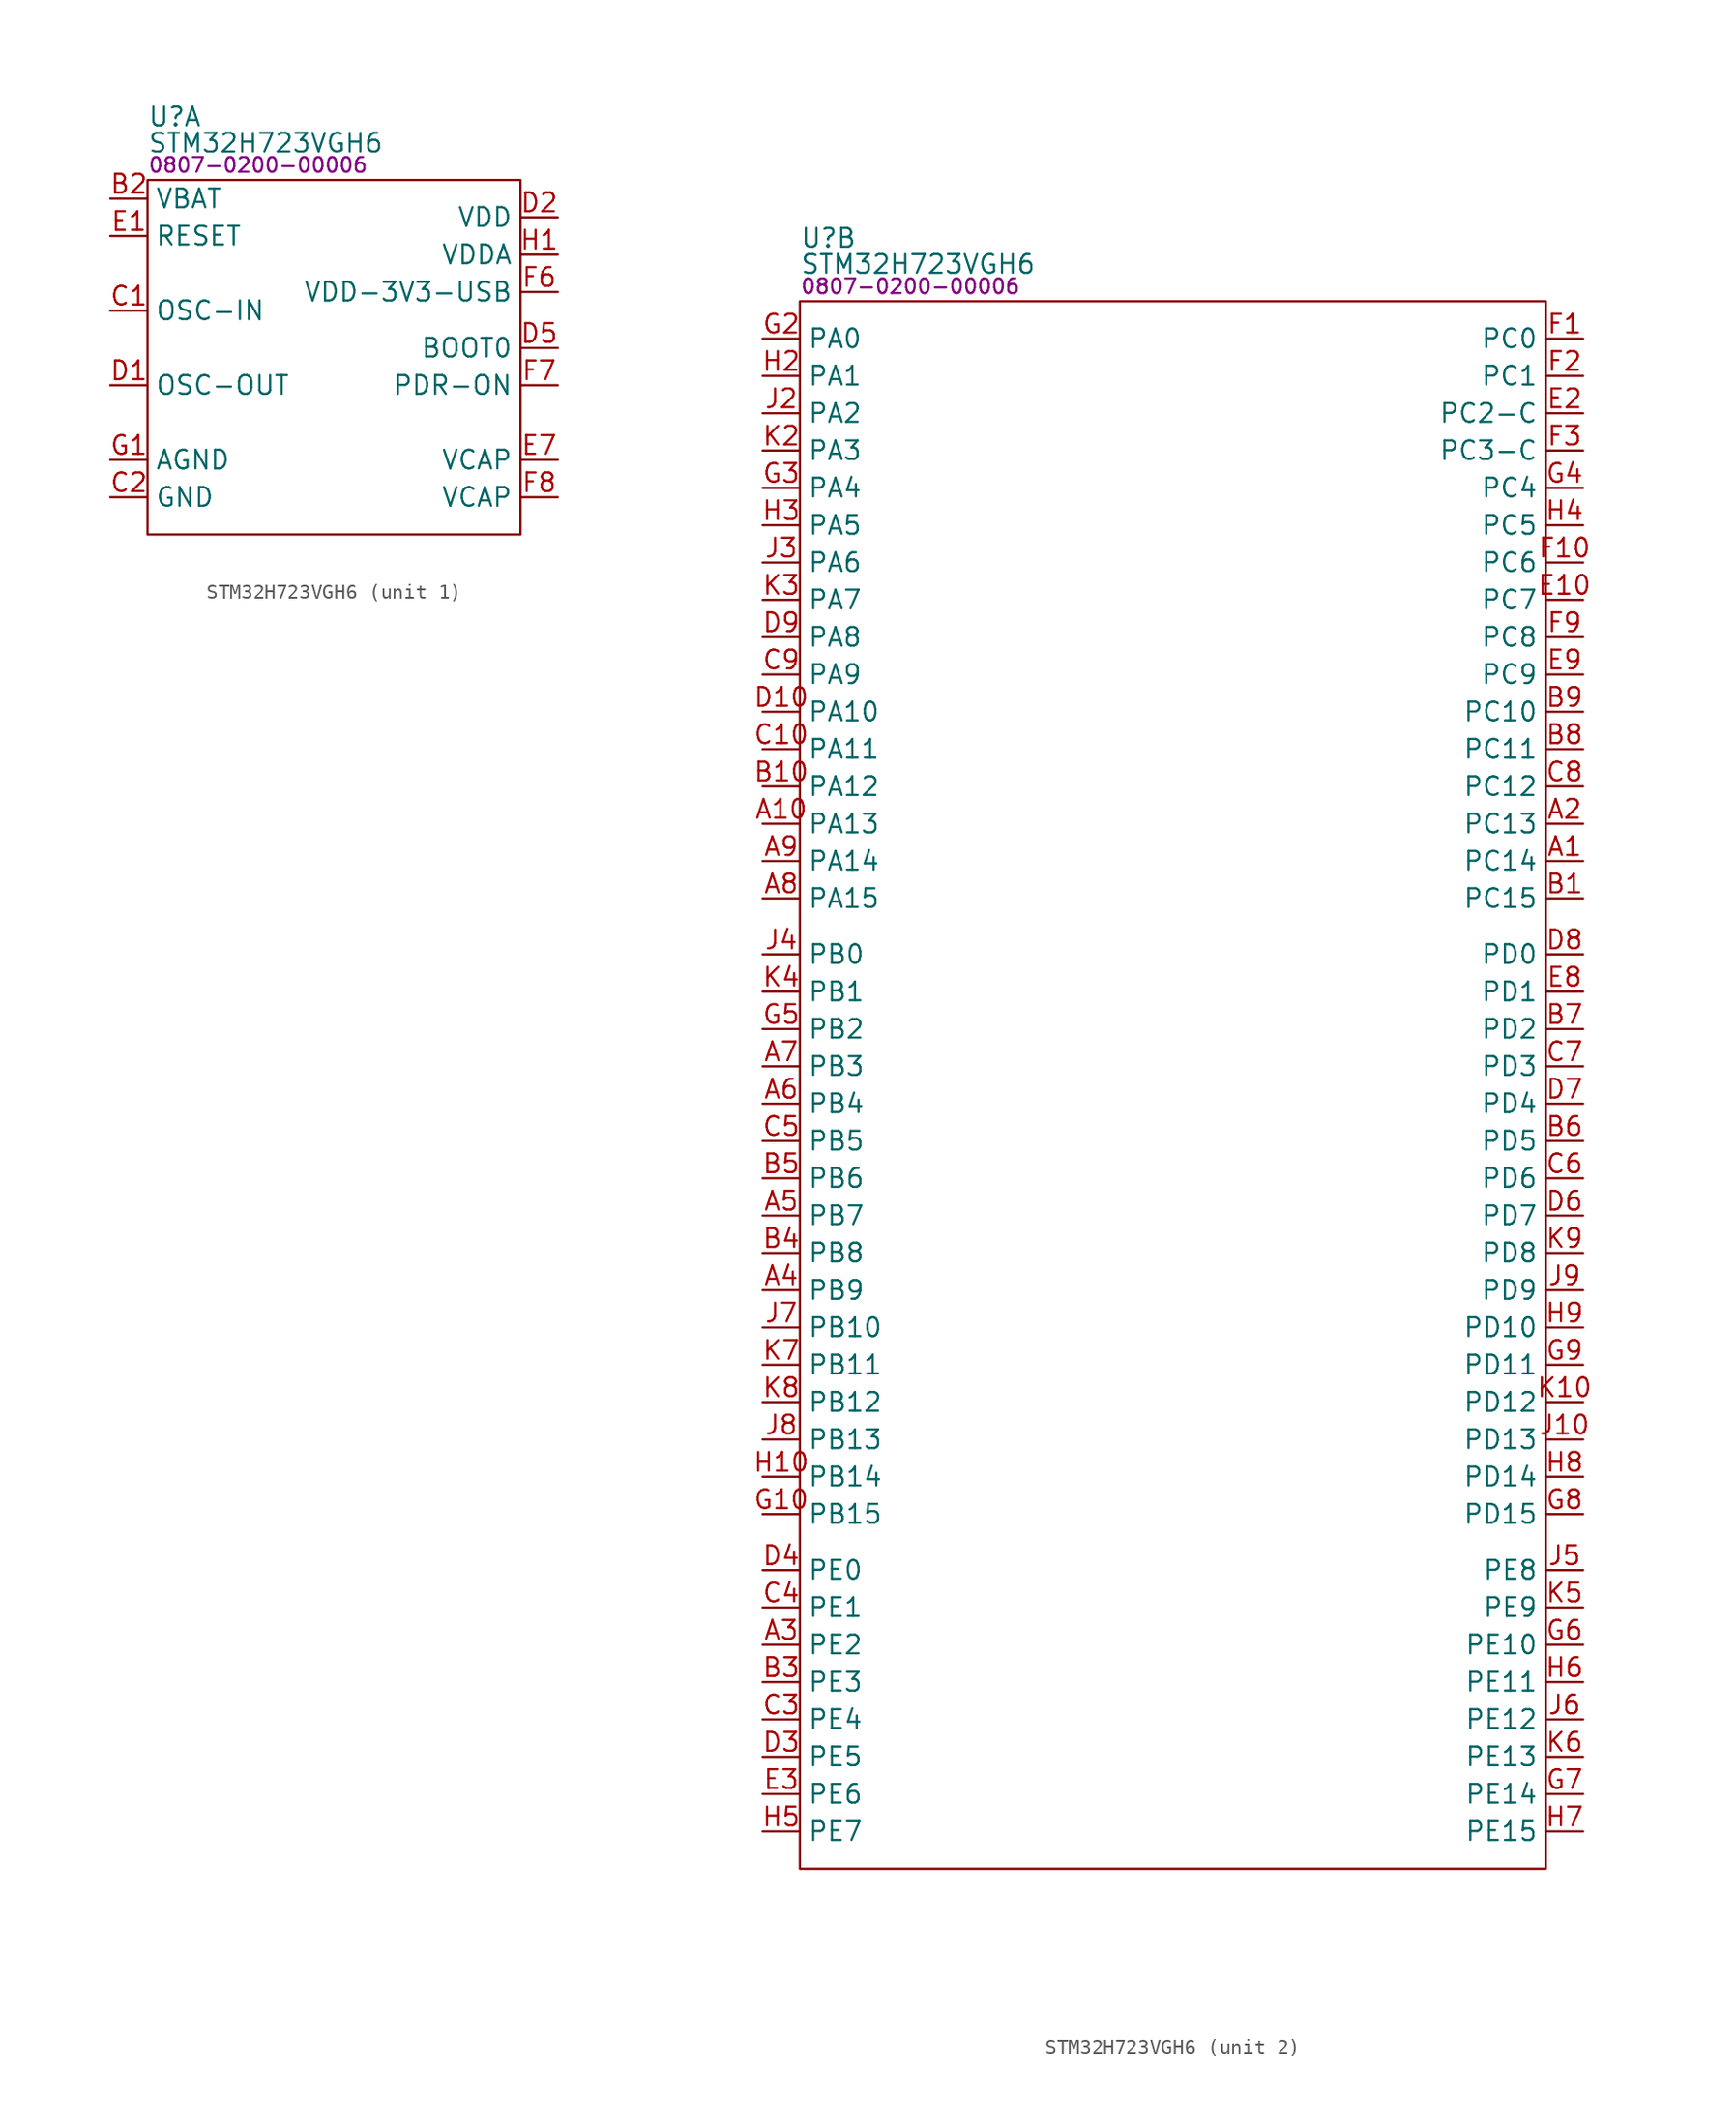
<source format=kicad_sym>
(kicad_symbol_lib
  (version 20231120)
  (generator "kicad_symbol_editor")
  (generator_version "8.0")
  (symbol "STM32H723VGH6"
    (property "Reference" "U"
      (at 0 3.556 0)
      (effects (font (size 1.27 1.27)) (justify left bottom)))
    (property "Value" "STM32H723VGH6"
      (at 0 1.778 0)
      (effects (font (size 1.27 1.27)) (justify left bottom)))
    (property "PartNumber" "0807-0200-00006"
      (at 0 1.016 0)
      (effects (font (size 1 1)) (justify left)))
    (property "ki_locked" ""
      (at 0 0 0)
      (effects (font (size 1.27 1.27))))
    (symbol "STM32H723VGH6_1_0"
      (pin power_in line (at -2.54 -1.27 0) (length 2.54) (name "VBAT" (effects (font (size 1.27 1.27)))) (number "B2" (effects (font (size 1.27 1.27)))))
      (pin input line (at -2.54 -8.89 0) (length 2.54) (name "OSC-IN" (effects (font (size 1.27 1.27)))) (number "C1" (effects (font (size 1.27 1.27)))))
      (pin power_in line (at -2.54 -21.59 0) (length 2.54) (name "GND" (effects (font (size 1.27 1.27)))) (number "C2" (effects (font (size 1.27 1.27)))))
      (pin output line (at -2.54 -13.97 0) (length 2.54) (name "OSC-OUT" (effects (font (size 1.27 1.27)))) (number "D1" (effects (font (size 1.27 1.27)))))
      (pin power_in line (at 27.94 -2.54 180) (length 2.54) (name "VDD" (effects (font (size 1.27 1.27)))) (number "D2" (effects (font (size 1.27 1.27)))))
      (pin input line (at 27.94 -11.43 180) (length 2.54) (name "BOOT0" (effects (font (size 1.27 1.27)))) (number "D5" (effects (font (size 1.27 1.27)))))
      (pin input line (at -2.54 -3.81 0) (length 2.54) (name "RESET" (effects (font (size 1.27 1.27)))) (number "E1" (effects (font (size 1.27 1.27)))))
      (pin power_in line (at -2.54 -21.59 0) (length 2.54) hide (name "GND" (effects (font (size 1.27 1.27)))) (number "E4" (effects (font (size 1.27 1.27)))))
      (pin power_in line (at -2.54 -21.59 0) (length 2.54) hide (name "GND" (effects (font (size 1.27 1.27)))) (number "E5" (effects (font (size 1.27 1.27)))))
      (pin power_in line (at -2.54 -21.59 0) (length 2.54) hide (name "GND" (effects (font (size 1.27 1.27)))) (number "E6" (effects (font (size 1.27 1.27)))))
      (pin power_in line (at 27.94 -19.05 180) (length 2.54) (name "VCAP" (effects (font (size 1.27 1.27)))) (number "E7" (effects (font (size 1.27 1.27)))))
      (pin power_in line (at 27.94 -2.54 180) (length 2.54) hide (name "VDD" (effects (font (size 1.27 1.27)))) (number "F4" (effects (font (size 1.27 1.27)))))
      (pin power_in line (at 27.94 -2.54 180) (length 2.54) hide (name "VDD" (effects (font (size 1.27 1.27)))) (number "F5" (effects (font (size 1.27 1.27)))))
      (pin power_in line (at 27.94 -7.62 180) (length 2.54) (name "VDD-3V3-USB" (effects (font (size 1.27 1.27)))) (number "F6" (effects (font (size 1.27 1.27)))))
      (pin input line (at 27.94 -13.97 180) (length 2.54) (name "PDR-ON" (effects (font (size 1.27 1.27)))) (number "F7" (effects (font (size 1.27 1.27)))))
      (pin power_in line (at 27.94 -21.59 180) (length 2.54) (name "VCAP" (effects (font (size 1.27 1.27)))) (number "F8" (effects (font (size 1.27 1.27)))))
      (pin power_in line (at -2.54 -19.05 0) (length 2.54) (name "AGND" (effects (font (size 1.27 1.27)))) (number "G1" (effects (font (size 1.27 1.27)))))
      (pin power_in line (at 27.94 -5.08 180) (length 2.54) (name "VDDA" (effects (font (size 1.27 1.27)))) (number "H1" (effects (font (size 1.27 1.27)))))
      (pin power_in line (at -2.54 -21.59 0) (length 2.54) hide (name "GND" (effects (font (size 1.27 1.27)))) (number "J1" (effects (font (size 1.27 1.27)))))
      (pin power_in line (at 27.94 -2.54 180) (length 2.54) hide (name "VDD" (effects (font (size 1.27 1.27)))) (number "K1" (effects (font (size 1.27 1.27))))))
    (symbol "STM32H723VGH6_1_1"
      (rectangle (start 0 0) (end 25.4 -24.13) (stroke (width 0) (type default)) (fill (type none))))
    (symbol "STM32H723VGH6_2_0"
      (pin bidirectional line (at 53.34 -38.1 180) (length 2.54) (name "PC14" (effects (font (size 1.27 1.27)))) (number "A1" (effects (font (size 1.27 1.27)))) (alternate "OSC32-IN" input line))
      (pin bidirectional line (at -2.54 -35.56 0) (length 2.54) (name "PA13" (effects (font (size 1.27 1.27)))) (number "A10" (effects (font (size 1.27 1.27)))) (alternate "DEBUG-JTMS" bidirectional line) (alternate "SWDIO" bidirectional line))
      (pin bidirectional line (at 53.34 -35.56 180) (length 2.54) (name "PC13" (effects (font (size 1.27 1.27)))) (number "A2" (effects (font (size 1.27 1.27)))) (alternate "PWR-WKUP4" input line) (alternate "RTC-OUT-ALARM" output line) (alternate "RTC-OUT-CALIB" output line) (alternate "RTC-TAMP1" input line) (alternate "RTC-TS" bidirectional line))
      (pin bidirectional line (at -2.54 -91.44 0) (length 2.54) (name "PE2" (effects (font (size 1.27 1.27)))) (number "A3" (effects (font (size 1.27 1.27)))) (alternate "DEBUG-TRACECLK" bidirectional line) (alternate "ETH-TXD3" output line) (alternate "FMC-A23" input line) (alternate "OCTOSPIM-P1-IO2" bidirectional line) (alternate "SAI1-CK1" bidirectional line) (alternate "SAI1-MCLK-A" bidirectional line) (alternate "SAI4-CK1" bidirectional line) (alternate "SAI4-MCLK-A" bidirectional line) (alternate "SPI4-SCK" output line) (alternate "USART10-RX" input line))
      (pin bidirectional line (at -2.54 -67.31 0) (length 2.54) (name "PB9" (effects (font (size 1.27 1.27)))) (number "A4" (effects (font (size 1.27 1.27)))) (alternate "DAC1-EXTI9" input line) (alternate "DCMI-D7" bidirectional line) (alternate "DFSDM1-DATIN7" bidirectional line) (alternate "FDCAN1-TX" output line) (alternate "I2C1-SDA" bidirectional line) (alternate "I2C4-SDA" bidirectional line) (alternate "I2C4-SMBA" input line) (alternate "I2S2-WS" output line) (alternate "LTDC-B7" input line) (alternate "PSSI-D7" bidirectional line) (alternate "SDMMC1-CDIR" bidirectional line) (alternate "SDMMC1-D5" bidirectional line) (alternate "SDMMC2-D5" bidirectional line) (alternate "SPI2-S\\S\\" bidirectional line) (alternate "TIM17-CH1" bidirectional line) (alternate "TIM4-CH4" bidirectional line) (alternate "UART4-TX" output line))
      (pin bidirectional line (at -2.54 -62.23 0) (length 2.54) (name "PB7" (effects (font (size 1.27 1.27)))) (number "A5" (effects (font (size 1.27 1.27)))) (alternate "DCMI-VSYNC" bidirectional line) (alternate "DFSDM1-CKIN5" bidirectional line) (alternate "FMC-NL" bidirectional line) (alternate "I2C1-SDA" bidirectional line) (alternate "I2C4-SDA" bidirectional line) (alternate "LPUART1-RX" input line) (alternate "PSSI-RDY" bidirectional line) (alternate "PWR-PVD-IN" input line) (alternate "TIM17-CH1N" bidirectional line) (alternate "TIM4-CH2" bidirectional line) (alternate "USART1-RX" input line))
      (pin bidirectional line (at -2.54 -54.61 0) (length 2.54) (name "PB4" (effects (font (size 1.27 1.27)))) (number "A6" (effects (font (size 1.27 1.27)))) (alternate "DEBUG-JTRST" bidirectional line) (alternate "I2S1-SDI" input line) (alternate "I2S2-WS" output line) (alternate "I2S3-SDI" input line) (alternate "I2S6-SDI" input line) (alternate "SDMMC2-D3" bidirectional line) (alternate "SPI1-CIPO" input line) (alternate "SPI2-S\\S\\" bidirectional line) (alternate "SPI3-CIPO" input line) (alternate "SPI6-CIPO" input line) (alternate "TIM16-BKIN" bidirectional line) (alternate "TIM3-CH1" bidirectional line) (alternate "UART7-TX" output line))
      (pin bidirectional line (at -2.54 -52.07 0) (length 2.54) (name "PB3" (effects (font (size 1.27 1.27)))) (number "A7" (effects (font (size 1.27 1.27)))) (alternate "CRS-SYNC" bidirectional line) (alternate "DEBUG-JTDO" bidirectional line) (alternate "I2S1-CK" output line) (alternate "I2S3-CK" output line) (alternate "I2S6-CK" output line) (alternate "SDMMC2-D2" bidirectional line) (alternate "SPI1-SCK" output line) (alternate "SPI3-SCK" output line) (alternate "SPI6-SCK" output line) (alternate "SWO" output line) (alternate "TIM2-CH2" bidirectional line) (alternate "TIM24-ETR" bidirectional line) (alternate "UART7-RX" input line))
      (pin bidirectional line (at -2.54 -40.64 0) (length 2.54) (name "PA15" (effects (font (size 1.27 1.27)))) (number "A8" (effects (font (size 1.27 1.27)))) (alternate "ADC1-EXTI15" input line) (alternate "ADC2-EXTI15" input line) (alternate "ADC3-EXTI15" input line) (alternate "CEC" bidirectional line) (alternate "DEBUG-JTDI" bidirectional line) (alternate "I2S1-WS" bidirectional line) (alternate "I2S3-WS" bidirectional line) (alternate "I2S6-WS" bidirectional line) (alternate "LTDC-B6" output line) (alternate "LTDC-R3" output line) (alternate "SPI1-S\\S\\" bidirectional line) (alternate "SPI3-S\\S\\" bidirectional line) (alternate "SPI6-S\\S\\" bidirectional line) (alternate "TIM2-CH1" bidirectional line) (alternate "TIM2-ETR" bidirectional line) (alternate "UART4-DE" bidirectional line) (alternate "UART4-RTS" bidirectional line) (alternate "UART7-TX" output line))
      (pin bidirectional line (at -2.54 -38.1 0) (length 2.54) (name "PA14" (effects (font (size 1.27 1.27)))) (number "A9" (effects (font (size 1.27 1.27)))) (alternate "DEBUG-JTCK" bidirectional line) (alternate "SWCLK" bidirectional line))
      (pin bidirectional line (at 53.34 -40.64 180) (length 2.54) (name "PC15" (effects (font (size 1.27 1.27)))) (number "B1" (effects (font (size 1.27 1.27)))) (alternate "ADC1-EXTI15" bidirectional line) (alternate "ADC2-EXTI15" bidirectional line) (alternate "ADC3-EXTI15" bidirectional line) (alternate "OSC32-OUT" bidirectional line))
      (pin bidirectional line (at -2.54 -33.02 0) (length 2.54) (name "PA12" (effects (font (size 1.27 1.27)))) (number "B10" (effects (font (size 1.27 1.27)))) (alternate "FDCAN1-TX" output line) (alternate "I2S2-CK" output line) (alternate "LPUART1-DE" bidirectional line) (alternate "LPUART1-RTS" bidirectional line) (alternate "LTDC-R5" output line) (alternate "SAI4-FS-B" bidirectional line) (alternate "SPI2-SCK" output line) (alternate "TIM1-BKIN2" bidirectional line) (alternate "TIM1-ETR" bidirectional line) (alternate "UART4-TX" output line) (alternate "USART1-DE" bidirectional line) (alternate "USART1-RTS" bidirectional line) (alternate "USB-OTG-HS-D+" bidirectional line))
      (pin bidirectional line (at -2.54 -93.98 0) (length 2.54) (name "PE3" (effects (font (size 1.27 1.27)))) (number "B3" (effects (font (size 1.27 1.27)))) (alternate "DEBUG-TRACED0" bidirectional line) (alternate "FMC-A19" output line) (alternate "SAI1-SD-B" bidirectional line) (alternate "SAI4-SD-B" bidirectional line) (alternate "TIM15-BKIN" bidirectional line) (alternate "USART10-TX" output line))
      (pin bidirectional line (at -2.54 -64.77 0) (length 2.54) (name "PB8" (effects (font (size 1.27 1.27)))) (number "B4" (effects (font (size 1.27 1.27)))) (alternate "DCMI-D6" bidirectional line) (alternate "DFSDM1-CKIN7" bidirectional line) (alternate "ETH-TXD3" output line) (alternate "FDCAN1-RX" input line) (alternate "I2C1-SCL" output line) (alternate "I2C4-SCL" output line) (alternate "LTDC-B6" output line) (alternate "PSSI-D6" bidirectional line) (alternate "SDMMC1-CKIN" bidirectional line) (alternate "SDMMC1-D4" bidirectional line) (alternate "SDMMC2-D4" bidirectional line) (alternate "TIM16-CH1" bidirectional line) (alternate "TIM4-CH3" bidirectional line) (alternate "UART4-RX" input line))
      (pin bidirectional line (at -2.54 -59.69 0) (length 2.54) (name "PB6" (effects (font (size 1.27 1.27)))) (number "B5" (effects (font (size 1.27 1.27)))) (alternate "CEC" bidirectional line) (alternate "DCMI-D5" bidirectional line) (alternate "DFSDM1-DATIN5" bidirectional line) (alternate "FDCAN2-TX" output line) (alternate "FMC-SDNE1" bidirectional line) (alternate "I2C1-SCL" output line) (alternate "I2C4-SCL" output line) (alternate "LPUART1-TX" output line) (alternate "OCTOSPIM-P1-NCS" bidirectional line) (alternate "PSSI-D5" bidirectional line) (alternate "TIM16-CH1N" bidirectional line) (alternate "TIM4-CH1" bidirectional line) (alternate "UART5-TX" output line) (alternate "USART1-TX" output line))
      (pin bidirectional line (at 53.34 -57.15 180) (length 2.54) (name "PD5" (effects (font (size 1.27 1.27)))) (number "B6" (effects (font (size 1.27 1.27)))) (alternate "FMC-NWE" output line) (alternate "OCTOSPIM-P1-IO5" bidirectional line) (alternate "USART2-TX" output line))
      (pin bidirectional line (at 53.34 -49.53 180) (length 2.54) (name "PD2" (effects (font (size 1.27 1.27)))) (number "B7" (effects (font (size 1.27 1.27)))) (alternate "DCMI-D11" bidirectional line) (alternate "DEBUG-TRACED2" bidirectional line) (alternate "FMC-D7" bidirectional line) (alternate "FMC-DA7" bidirectional line) (alternate "LTDC-B2" output line) (alternate "LTDC-B7" output line) (alternate "PSSI-D11" bidirectional line) (alternate "SDMMC1-CMD" bidirectional line) (alternate "TIM15-BKIN" bidirectional line) (alternate "TIM3-ETR" bidirectional line) (alternate "UART5-RX" input line))
      (pin bidirectional line (at 53.34 -30.48 180) (length 2.54) (name "PC11" (effects (font (size 1.27 1.27)))) (number "B8" (effects (font (size 1.27 1.27)))) (alternate "ADC1-EXTI11" input line) (alternate "ADC2-EXTI11" input line) (alternate "ADC3-EXTI11" input line) (alternate "DCMI-D4" bidirectional line) (alternate "DFSDM1-DATIN5" bidirectional line) (alternate "I2C5-SCL" output line) (alternate "I2S3-SDI" input line) (alternate "LTDC-B4" output line) (alternate "OCTOSPIM-P1-NCS" output line) (alternate "PSSI-D4" bidirectional line) (alternate "SDMMC1-D3" bidirectional line) (alternate "SPI3-CIPO" input line) (alternate "UART4-RX" input line) (alternate "USART3-RX" input line))
      (pin bidirectional line (at 53.34 -27.94 180) (length 2.54) (name "PC10" (effects (font (size 1.27 1.27)))) (number "B9" (effects (font (size 1.27 1.27)))) (alternate "DCMI-D8" bidirectional line) (alternate "DFSDM1-CKIN5" bidirectional line) (alternate "I2C5-SDA" bidirectional line) (alternate "I2S3-CK" output line) (alternate "LTDC-B1" output line) (alternate "LTDC-R2" output line) (alternate "OCTOSPIM-P1-IO1" bidirectional line) (alternate "PSSI-D8" bidirectional line) (alternate "SDMMC1-D2" bidirectional line) (alternate "SPI3-SCK" output line) (alternate "SWPMI1-RX" input line) (alternate "UART4-TX" output line) (alternate "USART3-TX" output line))
      (pin bidirectional line (at -2.54 -30.48 0) (length 2.54) (name "PA11" (effects (font (size 1.27 1.27)))) (number "C10" (effects (font (size 1.27 1.27)))) (alternate "ADC1-EXTI11" input line) (alternate "ADC2-EXTI11" input line) (alternate "ADC3-EXTI11" input line) (alternate "FDCAN1-RX" input line) (alternate "I2S2-WS" bidirectional line) (alternate "LPUART1-CTS" bidirectional line) (alternate "LTDC-R4" output line) (alternate "SPI2-S\\S\\" bidirectional line) (alternate "TIM1-CH4" bidirectional line) (alternate "UART4-RX" input line) (alternate "USART1-CTS" bidirectional line) (alternate "USART1-S\\S\\" bidirectional line) (alternate "USB-OTG-HS-D-" bidirectional line))
      (pin bidirectional line (at -2.54 -96.52 0) (length 2.54) (name "PE4" (effects (font (size 1.27 1.27)))) (number "C3" (effects (font (size 1.27 1.27)))) (alternate "DCMI-D4" bidirectional line) (alternate "DEBUG-TRACED1" bidirectional line) (alternate "DFSDM1-DATIN3" bidirectional line) (alternate "FMC-A20" output line) (alternate "LTDC-B0" output line) (alternate "PSSI-D4" bidirectional line) (alternate "SAI1-D2" bidirectional line) (alternate "SAI1-FS-A" bidirectional line) (alternate "SAI4-D2" bidirectional line) (alternate "SAI4-FS-A" bidirectional line) (alternate "SPI4-S\\S\\" bidirectional line) (alternate "TIM15-CH1N" bidirectional line))
      (pin bidirectional line (at -2.54 -88.9 0) (length 2.54) (name "PE1" (effects (font (size 1.27 1.27)))) (number "C4" (effects (font (size 1.27 1.27)))) (alternate "DCMI-D3" bidirectional line) (alternate "FMC-NBL1" bidirectional line) (alternate "LPTIM1-IN2" bidirectional line) (alternate "LTDC-R6" output line) (alternate "PSSI-D3" bidirectional line) (alternate "UART8-TX" output line))
      (pin bidirectional line (at -2.54 -57.15 0) (length 2.54) (name "PB5" (effects (font (size 1.27 1.27)))) (number "C5" (effects (font (size 1.27 1.27)))) (alternate "DCMI-D10" bidirectional line) (alternate "ETH-PPS-OUT" output line) (alternate "FDCAN2-RX" input line) (alternate "FMC-SDCKE1" bidirectional line) (alternate "I2C1-SMBA" input line) (alternate "I2C4-SMBA" input line) (alternate "I2S1-SDO" output line) (alternate "I2S3-SDO" output line) (alternate "I2S6-SDO" bidirectional line) (alternate "LTDC-B5" output line) (alternate "PSSI-D10" bidirectional line) (alternate "SPI1-COPI" output line) (alternate "SPI3-COPI" output line) (alternate "SPI6-COPI" output line) (alternate "TIM17-BKIN" bidirectional line) (alternate "TIM3-CH2" bidirectional line) (alternate "UART5-RX" input line) (alternate "USB-OTG-HS-ULPI-D7" bidirectional line))
      (pin bidirectional line (at 53.34 -59.69 180) (length 2.54) (name "PD6" (effects (font (size 1.27 1.27)))) (number "C6" (effects (font (size 1.27 1.27)))) (alternate "DCMI-D10" bidirectional line) (alternate "DFSDM1-CKIN4" bidirectional line) (alternate "DFSDM1-DATIN1" bidirectional line) (alternate "FMC-W\\A\\I\\T\\" bidirectional line) (alternate "I2S3-SDO" output line) (alternate "LTDC-B2" output line) (alternate "OCTOSPIM-P1-IO6" bidirectional line) (alternate "PSSI-D10" bidirectional line) (alternate "SAI1-D1" bidirectional line) (alternate "SAI1-SD-A" bidirectional line) (alternate "SAI4-D1" bidirectional line) (alternate "SAI4-SD-A" bidirectional line) (alternate "SDMMC2-CK" output line) (alternate "SPI3-COPI" output line) (alternate "USART2-RX" input line))
      (pin bidirectional line (at 53.34 -52.07 180) (length 2.54) (name "PD3" (effects (font (size 1.27 1.27)))) (number "C7" (effects (font (size 1.27 1.27)))) (alternate "DCMI-D5" bidirectional line) (alternate "DFSDM1-CKOUT" bidirectional line) (alternate "FMC-CLK" output line) (alternate "I2S2-CK" output line) (alternate "LTDC-G7" output line) (alternate "PSSI-D5" bidirectional line) (alternate "SPI2-SCK" output line) (alternate "USART2-CTS" bidirectional line) (alternate "USART2-S\\S\\" bidirectional line))
      (pin bidirectional line (at 53.34 -33.02 180) (length 2.54) (name "PC12" (effects (font (size 1.27 1.27)))) (number "C8" (effects (font (size 1.27 1.27)))) (alternate "DCMI-D9" bidirectional line) (alternate "DEBUG-TRACED3" bidirectional line) (alternate "FMC-D6" bidirectional line) (alternate "FMC-DA6" bidirectional line) (alternate "I2C5-SMBA" bidirectional line) (alternate "I2S3-SDO" bidirectional line) (alternate "I2S6-CK" bidirectional line) (alternate "LTDC-R6" bidirectional line) (alternate "PSSI-D9" bidirectional line) (alternate "SDMMC1-CK" bidirectional line) (alternate "SPI3-COPI" bidirectional line) (alternate "SPI6-SCK" bidirectional line) (alternate "TIM15-CH1" bidirectional line) (alternate "UART5-TX" bidirectional line) (alternate "USART3-CK" bidirectional line))
      (pin bidirectional line (at -2.54 -25.4 0) (length 2.54) (name "PA9" (effects (font (size 1.27 1.27)))) (number "C9" (effects (font (size 1.27 1.27)))) (alternate "DAC1-EXTI9" input line) (alternate "DCMI-D0" bidirectional line) (alternate "ETH-TX-ER" input line) (alternate "I2C3-SMBA" input line) (alternate "I2C5-SMBA" input line) (alternate "I2S2-CK" output line) (alternate "LPUART1-TX" output line) (alternate "LTDC-R5" output line) (alternate "PSSI-D0" bidirectional line) (alternate "SPI2-SCK" output line) (alternate "TIM1-CH2" bidirectional line) (alternate "USART1-TX" output line) (alternate "USB-OTG-HS-VBUS" input line))
      (pin bidirectional line (at -2.54 -27.94 0) (length 2.54) (name "PA10" (effects (font (size 1.27 1.27)))) (number "D10" (effects (font (size 1.27 1.27)))) (alternate "DCMI-D1" bidirectional line) (alternate "LPUART1-RX" input line) (alternate "LTDC-B1" output line) (alternate "LTDC-B4" output line) (alternate "MDIOS-MDIO" bidirectional line) (alternate "PSSI-D1" bidirectional line) (alternate "TIM1-CH3" bidirectional line) (alternate "USART1-RX" input line) (alternate "USB-OTG-HS-ID" bidirectional line))
      (pin bidirectional line (at -2.54 -99.06 0) (length 2.54) (name "PE5" (effects (font (size 1.27 1.27)))) (number "D3" (effects (font (size 1.27 1.27)))) (alternate "DCMI-D6" bidirectional line) (alternate "DEBUG-TRACED2" bidirectional line) (alternate "DFSDM1-CKIN3" bidirectional line) (alternate "FMC-A21" output line) (alternate "LTDC-G0" output line) (alternate "PSSI-D6" bidirectional line) (alternate "SAI1-CK2" output line) (alternate "SAI1-SCK-A" output line) (alternate "SAI4-CK2" output line) (alternate "SAI4-SCK-A" output line) (alternate "SPI4-CIPO" input line) (alternate "TIM15-CH1" bidirectional line))
      (pin bidirectional line (at -2.54 -86.36 0) (length 2.54) (name "PE0" (effects (font (size 1.27 1.27)))) (number "D4" (effects (font (size 1.27 1.27)))) (alternate "DCMI-D2" bidirectional line) (alternate "FMC-NBL0" output line) (alternate "LPTIM1-ETR" bidirectional line) (alternate "LPTIM2-ETR" bidirectional line) (alternate "LTDC-R0" output line) (alternate "PSSI-D2" bidirectional line) (alternate "SAI4-MCLK-A" output line) (alternate "TIM4-ETR" bidirectional line) (alternate "UART8-RX" input line))
      (pin bidirectional line (at 53.34 -62.23 180) (length 2.54) (name "PD7" (effects (font (size 1.27 1.27)))) (number "D6" (effects (font (size 1.27 1.27)))) (alternate "DFSDM1-CKIN1" bidirectional line) (alternate "DFSDM1-DATIN4" bidirectional line) (alternate "FMC-NE1" output line) (alternate "I2S1-SDO" output line) (alternate "OCTOSPIM-P1-IO7" bidirectional line) (alternate "SDMMC2-CMD" output line) (alternate "SPDIFRX1-IN0" input line) (alternate "SPI1-COPI" output line) (alternate "USART2-CK" bidirectional line))
      (pin bidirectional line (at 53.34 -54.61 180) (length 2.54) (name "PD4" (effects (font (size 1.27 1.27)))) (number "D7" (effects (font (size 1.27 1.27)))) (alternate "FMC-NOE" output line) (alternate "OCTOSPIM-P1-IO4" bidirectional line) (alternate "USART2-DE" bidirectional line) (alternate "USART2-RTS" bidirectional line))
      (pin bidirectional line (at 53.34 -44.45 180) (length 2.54) (name "PD0" (effects (font (size 1.27 1.27)))) (number "D8" (effects (font (size 1.27 1.27)))) (alternate "DFSDM1-CKIN6" bidirectional line) (alternate "FDCAN1-RX" input line) (alternate "FMC-D2" bidirectional line) (alternate "FMC-DA2" bidirectional line) (alternate "LTDC-B1" output line) (alternate "UART4-RX" input line) (alternate "UART9-CTS" bidirectional line))
      (pin bidirectional line (at -2.54 -22.86 0) (length 2.54) (name "PA8" (effects (font (size 1.27 1.27)))) (number "D9" (effects (font (size 1.27 1.27)))) (alternate "I2C3-SCL" output line) (alternate "I2C5-SCL" output line) (alternate "LTDC-B3" output line) (alternate "LTDC-R6" output line) (alternate "MCO-1" bidirectional line) (alternate "TIM1-CH1" bidirectional line) (alternate "TIM8-BKIN2" bidirectional line) (alternate "TIM8-BKIN2-COMP1" input line) (alternate "TIM8-BKIN2-COMP2" input line) (alternate "UART7-RX" input line) (alternate "USART1-CK" bidirectional line) (alternate "USB-OTG-HS-SOF" bidirectional line))
      (pin bidirectional line (at 53.34 -20.32 180) (length 2.54) (name "PC7" (effects (font (size 1.27 1.27)))) (number "E10" (effects (font (size 1.27 1.27)))) (alternate "DCMI-D1" bidirectional line) (alternate "DEBUG-TRGIO" bidirectional line) (alternate "DFSDM1-DATIN3" bidirectional line) (alternate "FMC-NE1" output line) (alternate "I2S3-MCK" output line) (alternate "LTDC-G6" output line) (alternate "PSSI-D1" bidirectional line) (alternate "SDMMC1-D123DIR" bidirectional line) (alternate "SDMMC1-D7" bidirectional line) (alternate "SDMMC2-D7" bidirectional line) (alternate "SWPMI1-TX" output line) (alternate "TIM3-CH2" bidirectional line) (alternate "TIM8-CH2" bidirectional line) (alternate "USART6-RX" input line))
      (pin bidirectional line (at 53.34 -7.62 180) (length 2.54) (name "PC2-C" (effects (font (size 1.27 1.27)))) (number "E2" (effects (font (size 1.27 1.27)))) (alternate "ADC3-INN1" input line) (alternate "ADC3-INP0" input line) (alternate "DFSDM1-CKIN1" input line) (alternate "DFSDM1-CKOUT" output line) (alternate "ETH-TXD2" bidirectional line) (alternate "FMC-SDNE0" output line) (alternate "I2S2-SDI" input line) (alternate "OCTOSPIM-P1-IO2" bidirectional line) (alternate "OCTOSPIM-P1-IO5" bidirectional line) (alternate "PWR-CSTOP" output line) (alternate "SPI2-CIPO" input line) (alternate "USB-OTG-HS-ULPI-DIR" bidirectional line))
      (pin bidirectional line (at -2.54 -101.6 0) (length 2.54) (name "PE6" (effects (font (size 1.27 1.27)))) (number "E3" (effects (font (size 1.27 1.27)))) (alternate "DCMI-D7" bidirectional line) (alternate "DEBUG-TRACED3" bidirectional line) (alternate "FMC-A22" output line) (alternate "LTDC-G1" output line) (alternate "PSSI-D7" bidirectional line) (alternate "SAI1-D1" bidirectional line) (alternate "SAI1-SD-A" bidirectional line) (alternate "SAI4-D1" bidirectional line) (alternate "SAI4-MCLK-B" output line) (alternate "SAI4-SD-A" bidirectional line) (alternate "SPI4-COPI" output line) (alternate "TIM1-BKIN2" bidirectional line) (alternate "TIM1-BKIN2-COMP1" input line) (alternate "TIM1-BKIN2-COMP2" input line) (alternate "TIM15-CH2" bidirectional line))
      (pin bidirectional line (at 53.34 -46.99 180) (length 2.54) (name "PD1" (effects (font (size 1.27 1.27)))) (number "E8" (effects (font (size 1.27 1.27)))) (alternate "DFSDM1-DATIN6" bidirectional line) (alternate "FDCAN1-TX" output line) (alternate "FMC-D3" bidirectional line) (alternate "FMC-DA3" bidirectional line) (alternate "UART4-TX" output line))
      (pin bidirectional line (at 53.34 -25.4 180) (length 2.54) (name "PC9" (effects (font (size 1.27 1.27)))) (number "E9" (effects (font (size 1.27 1.27)))) (alternate "DAC1-EXTI9" input line) (alternate "DCMI-D3" bidirectional line) (alternate "I2C3-SDA" bidirectional line) (alternate "I2C5-SDA" bidirectional line) (alternate "I2S-CKIN" bidirectional line) (alternate "LTDC-B2" output line) (alternate "LTDC-G3" output line) (alternate "MCO-2" bidirectional line) (alternate "OCTOSPIM-P1-IO0" bidirectional line) (alternate "PSSI-D3" bidirectional line) (alternate "SDMMC1-D1" bidirectional line) (alternate "SWPMI1-SUSPEND" bidirectional line) (alternate "TIM3-CH4" bidirectional line) (alternate "TIM8-CH4" bidirectional line) (alternate "UART5-CTS" bidirectional line))
      (pin bidirectional line (at 53.34 -2.54 180) (length 2.54) (name "PC0" (effects (font (size 1.27 1.27)))) (number "F1" (effects (font (size 1.27 1.27)))) (alternate "ADC1-INP10" input line) (alternate "ADC2-INP10" input line) (alternate "ADC3-INP10" input line) (alternate "DFSDM1-CKIN0" bidirectional line) (alternate "DFSDM1-DATIN4" bidirectional line) (alternate "FMC-A25" output line) (alternate "FMC-D12" bidirectional line) (alternate "FMC-DA12" bidirectional line) (alternate "FMC-SDNWE" output line) (alternate "LTDC-G2" output line) (alternate "LTDC-R5" output line) (alternate "SAI4-FS-B" bidirectional line) (alternate "USB-OTG-HS-ULPI-STP" bidirectional line))
      (pin bidirectional line (at 53.34 -17.78 180) (length 2.54) (name "PC6" (effects (font (size 1.27 1.27)))) (number "F10" (effects (font (size 1.27 1.27)))) (alternate "DCMI-D0" bidirectional line) (alternate "DFSDM1-CKIN3" bidirectional line) (alternate "FMC-W\\A\\I\\T\\" output line) (alternate "I2S2-MCK" output line) (alternate "LTDC-HSYNC" input line) (alternate "PSSI-D0" bidirectional line) (alternate "SDMMC1-D0DIR" bidirectional line) (alternate "SDMMC1-D6" bidirectional line) (alternate "SDMMC2-D6" bidirectional line) (alternate "SWPMI1-IO" bidirectional line) (alternate "TIM3-CH1" bidirectional line) (alternate "TIM8-CH1" bidirectional line) (alternate "USART6-TX" output line))
      (pin bidirectional line (at 53.34 -5.08 180) (length 2.54) (name "PC1" (effects (font (size 1.27 1.27)))) (number "F2" (effects (font (size 1.27 1.27)))) (alternate "ADC1-INN10" input line) (alternate "ADC1-INP11" input line) (alternate "ADC2-INN10" input line) (alternate "ADC2-INP11" input line) (alternate "ADC3-INN10" input line) (alternate "ADC3-INP11" input line) (alternate "DEBUG-TRACED0" bidirectional line) (alternate "DFSDM1-CKIN4" bidirectional line) (alternate "DFSDM1-DATIN0" bidirectional line) (alternate "ETH-MDC" bidirectional line) (alternate "I2S2-SDO" output line) (alternate "LTDC-G5" output line) (alternate "MDIOS-MDC" bidirectional line) (alternate "OCTOSPIM-P1-IO4" bidirectional line) (alternate "PWR-WKUP6" input line) (alternate "RTC-TAMP3" input line) (alternate "SAI1-D1" bidirectional line) (alternate "SAI1-SD-A" bidirectional line) (alternate "SAI4-D1" bidirectional line) (alternate "SAI4-SD-A" bidirectional line) (alternate "SDMMC2-CK" bidirectional line) (alternate "SPI2-COPI" output line))
      (pin bidirectional line (at 53.34 -10.16 180) (length 2.54) (name "PC3-C" (effects (font (size 1.27 1.27)))) (number "F3" (effects (font (size 1.27 1.27)))) (alternate "ADC3-INP1" input line) (alternate "DFSDM1-DATIN1" bidirectional line) (alternate "ETH-TX-CLK" bidirectional line) (alternate "FMC-SDCKE0" bidirectional line) (alternate "I2S2-SDO" output line) (alternate "OCTOSPIM-P1-IO0" bidirectional line) (alternate "OCTOSPIM-P1-IO6" bidirectional line) (alternate "PWR-CSLEEP" output line) (alternate "SPI2-COPI" output line) (alternate "USB-OTG-HS-ULPI-NXT" bidirectional line))
      (pin bidirectional line (at 53.34 -22.86 180) (length 2.54) (name "PC8" (effects (font (size 1.27 1.27)))) (number "F9" (effects (font (size 1.27 1.27)))) (alternate "DCMI-D2" bidirectional line) (alternate "DEBUG-TRACED1" bidirectional line) (alternate "FMC-INT" input line) (alternate "FMC-NCE" output line) (alternate "FMC-NE2" output line) (alternate "PSSI-D2" bidirectional line) (alternate "SDMMC1-D0" bidirectional line) (alternate "SWPMI1-RX" input line) (alternate "TIM3-CH3" bidirectional line) (alternate "TIM8-CH3" bidirectional line) (alternate "UART5-DE" bidirectional line) (alternate "UART5-RTS" bidirectional line) (alternate "USART6-CK" bidirectional line))
      (pin bidirectional line (at -2.54 -82.55 0) (length 2.54) (name "PB15" (effects (font (size 1.27 1.27)))) (number "G10" (effects (font (size 1.27 1.27)))) (alternate "ADC1-EXTI15" input line) (alternate "ADC2-EXTI15" input line) (alternate "ADC3-EXTI15" input line) (alternate "DFSDM1-CKIN2" bidirectional line) (alternate "FMC-D11" bidirectional line) (alternate "FMC-DA11" bidirectional line) (alternate "I2S2-SDO" output line) (alternate "LTDC-G7" output line) (alternate "RTC-REFIN" input line) (alternate "SDMMC2-D1" bidirectional line) (alternate "SPI2-COPI" output line) (alternate "TIM1-CH3N" bidirectional line) (alternate "TIM12-CH2" bidirectional line) (alternate "TIM8-CH3N" bidirectional line) (alternate "UART4-CTS" bidirectional line) (alternate "USART1-RX" input line))
      (pin bidirectional line (at -2.54 -2.54 0) (length 2.54) (name "PA0" (effects (font (size 1.27 1.27)))) (number "G2" (effects (font (size 1.27 1.27)))) (alternate "ADC1-INP16" input line) (alternate "ETH-CRS" bidirectional line) (alternate "FMC-A19" output line) (alternate "I2S6-WS" output line) (alternate "PWR-WKUP1" input line) (alternate "SAI4-SD-B" bidirectional line) (alternate "SDMMC2-CMD" output line) (alternate "SPI6-S\\S\\" bidirectional line) (alternate "TIM15-BKIN" bidirectional line) (alternate "TIM2-CH1" bidirectional line) (alternate "TIM2-ETR" bidirectional line) (alternate "TIM5-CH1" bidirectional line) (alternate "TIM8-ETR" bidirectional line) (alternate "UART4-TX" output line) (alternate "USART2-CTS" bidirectional line) (alternate "USART2-S\\S\\" bidirectional line))
      (pin bidirectional line (at -2.54 -12.7 0) (length 2.54) (name "PA4" (effects (font (size 1.27 1.27)))) (number "G3" (effects (font (size 1.27 1.27)))) (alternate "ADC1-INP18" input line) (alternate "ADC2-INP18" input line) (alternate "DAC1-OUT1" output line) (alternate "DCMI-HSYNC" bidirectional line) (alternate "FMC-D8" bidirectional line) (alternate "FMC-DA8" bidirectional line) (alternate "I2S1-WS" bidirectional line) (alternate "I2S3-WS" bidirectional line) (alternate "I2S6-WS" bidirectional line) (alternate "LTDC-VSYNC" input line) (alternate "PSSI-DE" bidirectional line) (alternate "SPI1-S\\S\\" bidirectional line) (alternate "SPI3-S\\S\\" bidirectional line) (alternate "SPI6-S\\S\\" bidirectional line) (alternate "TIM5-ETR" bidirectional line) (alternate "USART2-CK" bidirectional line))
      (pin bidirectional line (at 53.34 -12.7 180) (length 2.54) (name "PC4" (effects (font (size 1.27 1.27)))) (number "G4" (effects (font (size 1.27 1.27)))) (alternate "ADC1-INP4" input line) (alternate "ADC2-INP4" input line) (alternate "COMP1-INM" input line) (alternate "DFSDM1-CKIN2" bidirectional line) (alternate "ETH-RXD0" bidirectional line) (alternate "FMC-A22" output line) (alternate "FMC-SDNE0" output line) (alternate "I2S1-MCK" output line) (alternate "LTDC-R7" output line) (alternate "OPAMP1-VOUT" output line) (alternate "SDMMC2-CKIN" bidirectional line) (alternate "SPDIFRX1-IN2" input line))
      (pin bidirectional line (at -2.54 -49.53 0) (length 2.54) (name "PB2" (effects (font (size 1.27 1.27)))) (number "G5" (effects (font (size 1.27 1.27)))) (alternate "COMP1-INP" input line) (alternate "DFSDM1-CKIN1" bidirectional line) (alternate "ETH-TX-ER" bidirectional line) (alternate "I2S3-SDO" output line) (alternate "OCTOSPIM-P1-CLK" bidirectional line) (alternate "OCTOSPIM-P1-DQS" bidirectional line) (alternate "RTC-OUT-ALARM" output line) (alternate "RTC-OUT-CALIB" output line) (alternate "SAI1-D1" bidirectional line) (alternate "SAI1-SD-A" bidirectional line) (alternate "SAI4-D1" bidirectional line) (alternate "SAI4-SD-A" bidirectional line) (alternate "SPI3-COPI" output line) (alternate "TIM23-ETR" bidirectional line))
      (pin bidirectional line (at 53.34 -91.44 180) (length 2.54) (name "PE10" (effects (font (size 1.27 1.27)))) (number "G6" (effects (font (size 1.27 1.27)))) (alternate "COMP2-INM" input line) (alternate "DFSDM1-DATIN4" bidirectional line) (alternate "FMC-D7" bidirectional line) (alternate "FMC-DA7" bidirectional line) (alternate "OCTOSPIM-P1-IO7" bidirectional line) (alternate "TIM1-CH2N" bidirectional line) (alternate "UART7-CTS" bidirectional line))
      (pin bidirectional line (at 53.34 -101.6 180) (length 2.54) (name "PE14" (effects (font (size 1.27 1.27)))) (number "G7" (effects (font (size 1.27 1.27)))) (alternate "FMC-D11" bidirectional line) (alternate "FMC-DA11" bidirectional line) (alternate "LTDC-CLK" output line) (alternate "SAI4-MCLK-B" output line) (alternate "SPI4-COPI" output line) (alternate "TIM1-CH4" bidirectional line))
      (pin bidirectional line (at 53.34 -82.55 180) (length 2.54) (name "PD15" (effects (font (size 1.27 1.27)))) (number "G8" (effects (font (size 1.27 1.27)))) (alternate "ADC1-EXTI15" input line) (alternate "ADC2-EXTI15" input line) (alternate "ADC3-EXTI15" input line) (alternate "FMC-D1" bidirectional line) (alternate "FMC-DA1" bidirectional line) (alternate "TIM4-CH4" bidirectional line) (alternate "UART8-DE" bidirectional line) (alternate "UART8-RTS" bidirectional line) (alternate "UART9-TX" output line))
      (pin bidirectional line (at 53.34 -72.39 180) (length 2.54) (name "PD11" (effects (font (size 1.27 1.27)))) (number "G9" (effects (font (size 1.27 1.27)))) (alternate "ADC1-EXTI11" input line) (alternate "ADC2-EXTI11" input line) (alternate "ADC3-EXTI11" input line) (alternate "FMC-A16" output line) (alternate "FMC-CLE" output line) (alternate "I2C4-SMBA" input line) (alternate "LPTIM2-IN2" input line) (alternate "OCTOSPIM-P1-IO0" bidirectional line) (alternate "SAI4-SD-A" bidirectional line) (alternate "USART3-CTS" bidirectional line) (alternate "USART3-S\\S\\" bidirectional line))
      (pin bidirectional line (at -2.54 -80.01 0) (length 2.54) (name "PB14" (effects (font (size 1.27 1.27)))) (number "H10" (effects (font (size 1.27 1.27)))) (alternate "DFSDM1-DATIN2" bidirectional line) (alternate "FMC-D10" bidirectional line) (alternate "FMC-DA10" bidirectional line) (alternate "I2S2-SDI" input line) (alternate "LTDC-CLK" output line) (alternate "SDMMC2-D0" bidirectional line) (alternate "SPI2-CIPO" input line) (alternate "TIM1-CH2N" bidirectional line) (alternate "TIM12-CH1" bidirectional line) (alternate "TIM8-CH2N" bidirectional line) (alternate "UART4-DE" bidirectional line) (alternate "UART4-RTS" bidirectional line) (alternate "USART1-TX" output line) (alternate "USART3-DE" bidirectional line) (alternate "USART3-RTS" bidirectional line))
      (pin bidirectional line (at -2.54 -5.08 0) (length 2.54) (name "PA1" (effects (font (size 1.27 1.27)))) (number "H2" (effects (font (size 1.27 1.27)))) (alternate "ADC1-INN16" input line) (alternate "ADC1-INP17" input line) (alternate "ETH-REF-CLK" input line) (alternate "ETH-RX-CLK" bidirectional line) (alternate "LPTIM3-OUT" output line) (alternate "LTDC-R2" output line) (alternate "OCTOSPIM-P1-DQS" bidirectional line) (alternate "OCTOSPIM-P1-IO3" bidirectional line) (alternate "SAI4-MCLK-B" output line) (alternate "TIM15-CH1N" bidirectional line) (alternate "TIM2-CH2" bidirectional line) (alternate "TIM5-CH2" bidirectional line) (alternate "UART4-RX" input line) (alternate "USART2-DE" bidirectional line) (alternate "USART2-RTS" bidirectional line))
      (pin bidirectional line (at -2.54 -15.24 0) (length 2.54) (name "PA5" (effects (font (size 1.27 1.27)))) (number "H3" (effects (font (size 1.27 1.27)))) (alternate "ADC1-INN18" input line) (alternate "ADC1-INP19" input line) (alternate "ADC2-INN18" input line) (alternate "ADC2-INP19" input line) (alternate "DAC1-OUT2" output line) (alternate "FMC-D9" bidirectional line) (alternate "FMC-DA9" bidirectional line) (alternate "I2S1-CK" output line) (alternate "I2S6-CK" output line) (alternate "LTDC-R4" output line) (alternate "PSSI-D14" bidirectional line) (alternate "PWR-NDSTOP2" output line) (alternate "SPI1-SCK" output line) (alternate "SPI6-SCK" output line) (alternate "TIM2-CH1" bidirectional line) (alternate "TIM2-ETR" bidirectional line) (alternate "TIM8-CH1N" bidirectional line) (alternate "USB-OTG-HS-ULPI-CK" bidirectional line))
      (pin bidirectional line (at 53.34 -15.24 180) (length 2.54) (name "PC5" (effects (font (size 1.27 1.27)))) (number "H4" (effects (font (size 1.27 1.27)))) (alternate "ADC1-INN4" input line) (alternate "ADC1-INP8" input line) (alternate "ADC2-INN4" input line) (alternate "ADC2-INP8" input line) (alternate "COMP1-OUT" output line) (alternate "DFSDM1-DATIN2" input line) (alternate "ETH-RXD1" bidirectional line) (alternate "FMC-SDCKE0" output line) (alternate "LTDC-DE" output line) (alternate "OCTOSPIM-P1-DQS" bidirectional line) (alternate "OPAMP1-VINM" input line) (alternate "PSSI-D15" bidirectional line) (alternate "SAI1-D3" bidirectional line) (alternate "SAI4-D3" bidirectional line) (alternate "SPDIFRX1-IN3" input line))
      (pin bidirectional line (at -2.54 -104.14 0) (length 2.54) (name "PE7" (effects (font (size 1.27 1.27)))) (number "H5" (effects (font (size 1.27 1.27)))) (alternate "COMP2-INM" input line) (alternate "DFSDM1-DATIN2" input line) (alternate "FMC-D4" bidirectional line) (alternate "FMC-DA4" bidirectional line) (alternate "OCTOSPIM-P1-IO4" bidirectional line) (alternate "OPAMP2-VOUT" output line) (alternate "TIM1-ETR" bidirectional line) (alternate "UART7-RX" input line))
      (pin bidirectional line (at 53.34 -93.98 180) (length 2.54) (name "PE11" (effects (font (size 1.27 1.27)))) (number "H6" (effects (font (size 1.27 1.27)))) (alternate "ADC1-EXTI11" input line) (alternate "ADC2-EXTI11" input line) (alternate "ADC3-EXTI11" input line) (alternate "COMP2-INP" input line) (alternate "DFSDM1-CKIN4" input line) (alternate "FMC-D8" bidirectional line) (alternate "FMC-DA8" bidirectional line) (alternate "LTDC-G3" output line) (alternate "OCTOSPIM-P1-NCS" bidirectional line) (alternate "SAI4-SD-B" bidirectional line) (alternate "SPI4-S\\S\\" bidirectional line) (alternate "TIM1-CH2" bidirectional line))
      (pin bidirectional line (at 53.34 -104.14 180) (length 2.54) (name "PE15" (effects (font (size 1.27 1.27)))) (number "H7" (effects (font (size 1.27 1.27)))) (alternate "ADC1-EXTI15" input line) (alternate "ADC2-EXTI15" input line) (alternate "ADC3-EXTI15" input line) (alternate "FMC-D12" bidirectional line) (alternate "FMC-DA12" bidirectional line) (alternate "LTDC-R7" output line) (alternate "TIM1-BKIN" bidirectional line) (alternate "TIM1-BKIN-COMP1" bidirectional line) (alternate "TIM1-BKIN-COMP2" bidirectional line) (alternate "USART10-CK" bidirectional line))
      (pin bidirectional line (at 53.34 -80.01 180) (length 2.54) (name "PD14" (effects (font (size 1.27 1.27)))) (number "H8" (effects (font (size 1.27 1.27)))) (alternate "FMC-D0" bidirectional line) (alternate "FMC-DA0" bidirectional line) (alternate "TIM4-CH3" bidirectional line) (alternate "UART8-CTS" bidirectional line) (alternate "UART9-RX" input line))
      (pin bidirectional line (at 53.34 -69.85 180) (length 2.54) (name "PD10" (effects (font (size 1.27 1.27)))) (number "H9" (effects (font (size 1.27 1.27)))) (alternate "DFSDM1-CKOUT" output line) (alternate "FMC-D15" bidirectional line) (alternate "FMC-DA15" bidirectional line) (alternate "LTDC-B3" output line) (alternate "USART3-CK" bidirectional line))
      (pin bidirectional line (at 53.34 -77.47 180) (length 2.54) (name "PD13" (effects (font (size 1.27 1.27)))) (number "J10" (effects (font (size 1.27 1.27)))) (alternate "DCMI-D13" bidirectional line) (alternate "FDCAN3-TX" output line) (alternate "FMC-A18" output line) (alternate "I2C4-SDA" bidirectional line) (alternate "LPTIM1-OUT" output line) (alternate "OCTOSPIM-P1-IO3" bidirectional line) (alternate "PSSI-D13" bidirectional line) (alternate "SAI4-SCK-A" output line) (alternate "TIM4-CH2" bidirectional line) (alternate "UART9-DE" bidirectional line) (alternate "UART9-RTS" bidirectional line))
      (pin bidirectional line (at -2.54 -7.62 0) (length 2.54) (name "PA2" (effects (font (size 1.27 1.27)))) (number "J2" (effects (font (size 1.27 1.27)))) (alternate "ADC1-INP14" input line) (alternate "ADC2-INP14" input line) (alternate "ETH-MDIO" bidirectional line) (alternate "LPTIM4-OUT" output line) (alternate "LTDC-R1" output line) (alternate "MDIOS-MDIO" bidirectional line) (alternate "OCTOSPIM-P1-IO0" bidirectional line) (alternate "PWR-WKUP2" input line) (alternate "SAI4-SCK-B" bidirectional line) (alternate "TIM15-CH1" bidirectional line) (alternate "TIM2-CH3" bidirectional line) (alternate "TIM5-CH3" bidirectional line) (alternate "USART2-TX" output line))
      (pin bidirectional line (at -2.54 -17.78 0) (length 2.54) (name "PA6" (effects (font (size 1.27 1.27)))) (number "J3" (effects (font (size 1.27 1.27)))) (alternate "ADC1-INP3" input line) (alternate "ADC2-INP3" input line) (alternate "DCMI-PIXCLK" bidirectional line) (alternate "I2S1-SDI" input line) (alternate "I2S6-SDI" input line) (alternate "LTDC-G2" output line) (alternate "MDIOS-MDC" bidirectional line) (alternate "OCTOSPIM-P1-IO3" bidirectional line) (alternate "PSSI-PDCK" bidirectional line) (alternate "SPI1-CIPO" input line) (alternate "SPI6-CIPO" input line) (alternate "TIM1-BKIN" bidirectional line) (alternate "TIM1-BKIN-COMP1" bidirectional line) (alternate "TIM1-BKIN-COMP2" bidirectional line) (alternate "TIM13-CH1" bidirectional line) (alternate "TIM3-CH1" bidirectional line) (alternate "TIM8-BKIN" bidirectional line) (alternate "TIM8-BKIN-COMP1" bidirectional line) (alternate "TIM8-BKIN-COMP2" bidirectional line))
      (pin bidirectional line (at -2.54 -44.45 0) (length 2.54) (name "PB0" (effects (font (size 1.27 1.27)))) (number "J4" (effects (font (size 1.27 1.27)))) (alternate "ADC1-INN5" input line) (alternate "ADC1-INP9" input line) (alternate "ADC2-INN5" input line) (alternate "ADC2-INP9" input line) (alternate "COMP1-INP" input line) (alternate "DFSDM1-CKOUT" output line) (alternate "ETH-RXD2" bidirectional line) (alternate "LTDC-G1" output line) (alternate "LTDC-R3" output line) (alternate "OCTOSPIM-P1-IO1" bidirectional line) (alternate "OPAMP1-VINP" input line) (alternate "TIM1-CH2N" bidirectional line) (alternate "TIM3-CH3" bidirectional line) (alternate "TIM8-CH2N" bidirectional line) (alternate "UART4-CTS" bidirectional line) (alternate "USB-OTG-HS-ULPI-D1" bidirectional line))
      (pin bidirectional line (at 53.34 -86.36 180) (length 2.54) (name "PE8" (effects (font (size 1.27 1.27)))) (number "J5" (effects (font (size 1.27 1.27)))) (alternate "COMP2-OUT" output line) (alternate "DFSDM1-CKIN2" bidirectional line) (alternate "FMC-D5" bidirectional line) (alternate "FMC-DA5" bidirectional line) (alternate "OCTOSPIM-P1-IO5" bidirectional line) (alternate "OPAMP2-VINM" input line) (alternate "TIM1-CH1N" bidirectional line) (alternate "UART7-TX" output line))
      (pin bidirectional line (at 53.34 -96.52 180) (length 2.54) (name "PE12" (effects (font (size 1.27 1.27)))) (number "J6" (effects (font (size 1.27 1.27)))) (alternate "COMP1-OUT" output line) (alternate "DFSDM1-DATIN5" bidirectional line) (alternate "FMC-D9" bidirectional line) (alternate "FMC-DA9" bidirectional line) (alternate "LTDC-B4" output line) (alternate "SAI4-SCK-B" bidirectional line) (alternate "SPI4-SCK" bidirectional line) (alternate "TIM1-CH3N" bidirectional line))
      (pin bidirectional line (at -2.54 -69.85 0) (length 2.54) (name "PB10" (effects (font (size 1.27 1.27)))) (number "J7" (effects (font (size 1.27 1.27)))) (alternate "DFSDM1-DATIN7" bidirectional line) (alternate "ETH-RX-ER" bidirectional line) (alternate "I2C2-SCL" output line) (alternate "I2S2-CK" output line) (alternate "LPTIM2-IN1" input line) (alternate "LTDC-G4" output line) (alternate "OCTOSPIM-P1-NCS" bidirectional line) (alternate "SPI2-SCK" output line) (alternate "TIM2-CH3" bidirectional line) (alternate "USART3-TX" output line) (alternate "USB-OTG-HS-ULPI-D3" bidirectional line))
      (pin bidirectional line (at -2.54 -77.47 0) (length 2.54) (name "PB13" (effects (font (size 1.27 1.27)))) (number "J8" (effects (font (size 1.27 1.27)))) (alternate "DCMI-D2" bidirectional line) (alternate "DFSDM1-CKIN1" bidirectional line) (alternate "ETH-TXD1" bidirectional line) (alternate "FDCAN2-TX" output line) (alternate "I2S2-CK" output line) (alternate "LPTIM2-OUT" output line) (alternate "OCTOSPIM-P1-IO2" bidirectional line) (alternate "PSSI-D2" bidirectional line) (alternate "SDMMC1-D0" bidirectional line) (alternate "SPI2-SCK" output line) (alternate "TIM1-CH1N" bidirectional line) (alternate "UART5-TX" output line) (alternate "USART3-CTS" bidirectional line) (alternate "USART3-S\\S\\" bidirectional line) (alternate "USB-OTG-HS-ULPI-D6" bidirectional line))
      (pin bidirectional line (at 53.34 -67.31 180) (length 2.54) (name "PD9" (effects (font (size 1.27 1.27)))) (number "J9" (effects (font (size 1.27 1.27)))) (alternate "DAC1-EXTI9" input line) (alternate "DFSDM1-DATIN3" bidirectional line) (alternate "FMC-D14" bidirectional line) (alternate "FMC-DA14" bidirectional line) (alternate "USART3-RX" input line))
      (pin bidirectional line (at 53.34 -74.93 180) (length 2.54) (name "PD12" (effects (font (size 1.27 1.27)))) (number "K10" (effects (font (size 1.27 1.27)))) (alternate "DCMI-D12" bidirectional line) (alternate "FDCAN3-RX" input line) (alternate "FMC-A17" output line) (alternate "FMC-ALE" output line) (alternate "I2C4-SCL" output line) (alternate "LPTIM1-IN1" input line) (alternate "LPTIM2-IN1" input line) (alternate "OCTOSPIM-P1-IO1" bidirectional line) (alternate "PSSI-D12" bidirectional line) (alternate "SAI4-FS-A" bidirectional line) (alternate "TIM4-CH1" bidirectional line) (alternate "USART3-DE" bidirectional line) (alternate "USART3-RTS" bidirectional line))
      (pin bidirectional line (at -2.54 -10.16 0) (length 2.54) (name "PA3" (effects (font (size 1.27 1.27)))) (number "K2" (effects (font (size 1.27 1.27)))) (alternate "ADC1-INP15" input line) (alternate "ADC2-INP15" input line) (alternate "ETH-COL" bidirectional line) (alternate "I2S6-MCK" output line) (alternate "LPTIM5-OUT" output line) (alternate "LTDC-B2" output line) (alternate "LTDC-B5" output line) (alternate "OCTOSPIM-P1-CLK" output line) (alternate "OCTOSPIM-P1-IO2" bidirectional line) (alternate "TIM15-CH2" bidirectional line) (alternate "TIM2-CH4" bidirectional line) (alternate "TIM5-CH4" bidirectional line) (alternate "USART2-RX" input line) (alternate "USB-OTG-HS-ULPI-D0" bidirectional line))
      (pin bidirectional line (at -2.54 -20.32 0) (length 2.54) (name "PA7" (effects (font (size 1.27 1.27)))) (number "K3" (effects (font (size 1.27 1.27)))) (alternate "ADC1-INN3" input line) (alternate "ADC1-INP7" input line) (alternate "ADC2-INN3" input line) (alternate "ADC2-INP7" input line) (alternate "ETH-CRS-DV" bidirectional line) (alternate "ETH-RX-DV" bidirectional line) (alternate "FMC-SDNWE" output line) (alternate "I2S1-SDO" output line) (alternate "I2S6-SDO" output line) (alternate "LTDC-VSYNC" input line) (alternate "OCTOSPIM-P1-IO2" bidirectional line) (alternate "OPAMP1-VINM" input line) (alternate "SPI1-COPI" output line) (alternate "SPI6-COPI" output line) (alternate "TIM1-CH1N" bidirectional line) (alternate "TIM14-CH1" bidirectional line) (alternate "TIM3-CH2" bidirectional line) (alternate "TIM8-CH1N" bidirectional line))
      (pin bidirectional line (at -2.54 -46.99 0) (length 2.54) (name "PB1" (effects (font (size 1.27 1.27)))) (number "K4" (effects (font (size 1.27 1.27)))) (alternate "ADC1-INP5" input line) (alternate "ADC2-INP5" input line) (alternate "COMP1-INM" input line) (alternate "DFSDM1-DATIN1" input line) (alternate "ETH-RXD3" bidirectional line) (alternate "LTDC-G0" output line) (alternate "LTDC-R6" output line) (alternate "OCTOSPIM-P1-IO0" bidirectional line) (alternate "TIM1-CH3N" bidirectional line) (alternate "TIM3-CH4" bidirectional line) (alternate "TIM8-CH3N" bidirectional line) (alternate "USB-OTG-HS-ULPI-D2" bidirectional line))
      (pin bidirectional line (at 53.34 -88.9 180) (length 2.54) (name "PE9" (effects (font (size 1.27 1.27)))) (number "K5" (effects (font (size 1.27 1.27)))) (alternate "COMP2-INP" input line) (alternate "DAC1-EXTI9" input line) (alternate "DFSDM1-CKOUT" output line) (alternate "FMC-D6" bidirectional line) (alternate "FMC-DA6" bidirectional line) (alternate "OCTOSPIM-P1-IO6" bidirectional line) (alternate "OPAMP2-VINP" input line) (alternate "TIM1-CH1" bidirectional line) (alternate "UART7-DE" bidirectional line) (alternate "UART7-RTS" bidirectional line))
      (pin bidirectional line (at 53.34 -99.06 180) (length 2.54) (name "PE13" (effects (font (size 1.27 1.27)))) (number "K6" (effects (font (size 1.27 1.27)))) (alternate "COMP2-OUT" output line) (alternate "DFSDM1-CKIN5" input line) (alternate "FMC-D10" bidirectional line) (alternate "FMC-DA10" bidirectional line) (alternate "LTDC-DE" output line) (alternate "SAI4-FS-B" bidirectional line) (alternate "SPI4-CIPO" input line) (alternate "TIM1-CH3" bidirectional line))
      (pin bidirectional line (at -2.54 -72.39 0) (length 2.54) (name "PB11" (effects (font (size 1.27 1.27)))) (number "K7" (effects (font (size 1.27 1.27)))) (alternate "ADC1-EXTI11" input line) (alternate "ADC2-EXTI11" input line) (alternate "ADC3-EXTI11" input line) (alternate "DFSDM1-CKIN7" input line) (alternate "ETH-TX-EN" bidirectional line) (alternate "I2C2-SDA" bidirectional line) (alternate "LPTIM2-ETR" bidirectional line) (alternate "LTDC-G5" output line) (alternate "TIM2-CH4" bidirectional line) (alternate "USART3-RX" input line) (alternate "USB-OTG-HS-ULPI-D4" bidirectional line))
      (pin bidirectional line (at -2.54 -74.93 0) (length 2.54) (name "PB12" (effects (font (size 1.27 1.27)))) (number "K8" (effects (font (size 1.27 1.27)))) (alternate "DFSDM1-DATIN1" input line) (alternate "ETH-TXD0" bidirectional line) (alternate "FDCAN2-RX" input line) (alternate "I2C2-SMBA" input line) (alternate "I2S2-WS" bidirectional line) (alternate "OCTOSPIM-P1-IO0" bidirectional line) (alternate "OCTOSPIM-P1-NCLK" bidirectional line) (alternate "SPI2-S\\S\\" bidirectional line) (alternate "TIM1-BKIN" bidirectional line) (alternate "TIM1-BKIN-COMP1" bidirectional line) (alternate "TIM1-BKIN-COMP2" bidirectional line) (alternate "UART5-RX" input line) (alternate "USART3-CK" bidirectional line) (alternate "USB-OTG-HS-ULPI-D5" bidirectional line))
      (pin bidirectional line (at 53.34 -64.77 180) (length 2.54) (name "PD8" (effects (font (size 1.27 1.27)))) (number "K9" (effects (font (size 1.27 1.27)))) (alternate "DFSDM1-CKIN3" bidirectional line) (alternate "FMC-D13" bidirectional line) (alternate "FMC-DA13" bidirectional line) (alternate "SPDIFRX1-IN1" input line) (alternate "USART3-TX" output line)))
    (symbol "STM32H723VGH6_2_1"
      (rectangle (start 0 0) (end 50.8 -106.68) (stroke (width 0) (type default)) (fill (type none))))))
</source>
